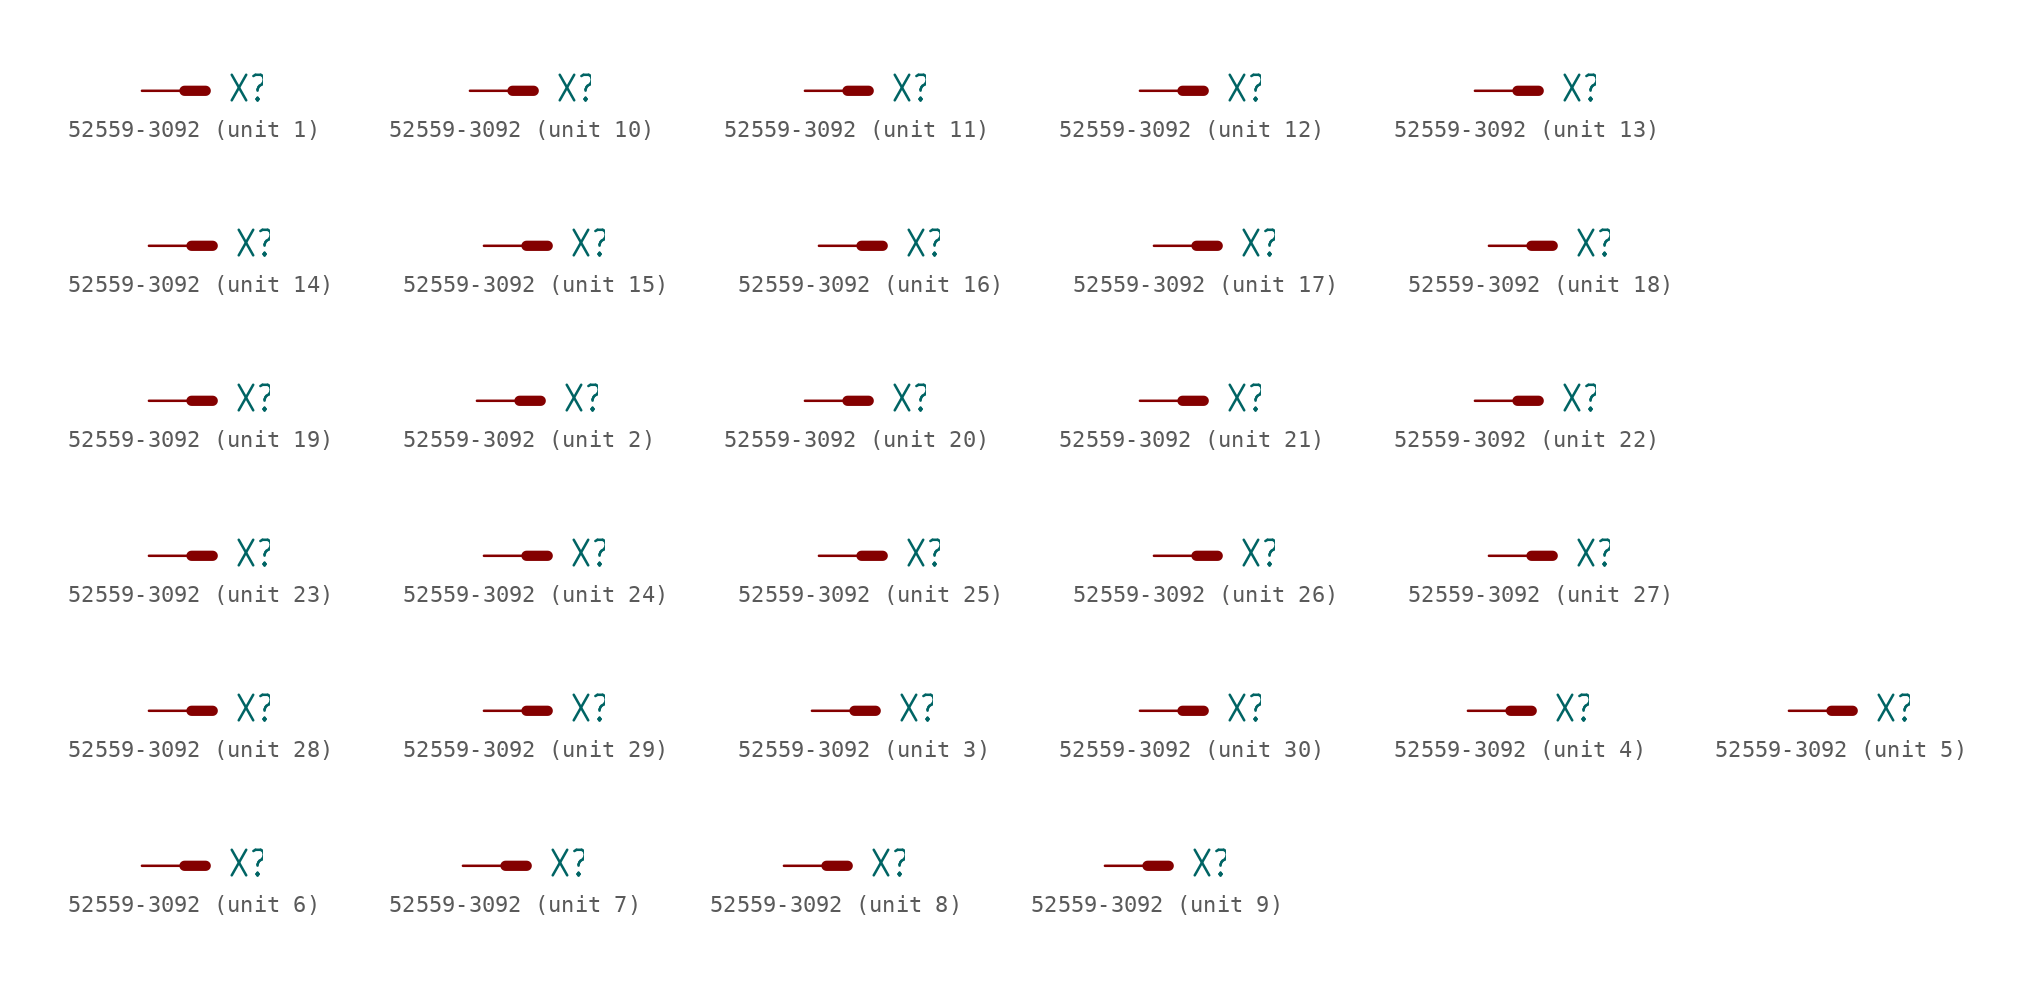
<source format=kicad_sym>
(kicad_symbol_lib
  (version 20211014)
  (generator kicad_symbol_editor)
  (symbol "52559-3092"
    (property "Reference" "X"
      (at 2.54 -0.762 0)
      (effects (font (size 1.524 1.295)) (justify left bottom)))
    (property "ki_locked" ""
      (at 0 0 0)
      (effects (font (size 1.27 1.27))))
    (symbol "52559-3092_1_0"
      (polyline (pts (xy 1.27 0) (xy 0 0)) (stroke (width 0.61) (type default) (color 0 0 0 0)) (fill (type none)))
      (pin passive line (at -2.54 0 0) (length 2.54) (name "S" (effects (font (size 0 0)))) (number "1" (effects (font (size 0 0))))))
    (symbol "52559-3092_2_0"
      (polyline (pts (xy 1.27 0) (xy 0 0)) (stroke (width 0.61) (type default) (color 0 0 0 0)) (fill (type none)))
      (pin passive line (at -2.54 0 0) (length 2.54) (name "S" (effects (font (size 0 0)))) (number "2" (effects (font (size 0 0))))))
    (symbol "52559-3092_3_0"
      (polyline (pts (xy 1.27 0) (xy 0 0)) (stroke (width 0.61) (type default) (color 0 0 0 0)) (fill (type none)))
      (pin passive line (at -2.54 0 0) (length 2.54) (name "S" (effects (font (size 0 0)))) (number "3" (effects (font (size 0 0))))))
    (symbol "52559-3092_4_0"
      (polyline (pts (xy 1.27 0) (xy 0 0)) (stroke (width 0.61) (type default) (color 0 0 0 0)) (fill (type none)))
      (pin passive line (at -2.54 0 0) (length 2.54) (name "S" (effects (font (size 0 0)))) (number "4" (effects (font (size 0 0))))))
    (symbol "52559-3092_5_0"
      (polyline (pts (xy 1.27 0) (xy 0 0)) (stroke (width 0.61) (type default) (color 0 0 0 0)) (fill (type none)))
      (pin passive line (at -2.54 0 0) (length 2.54) (name "S" (effects (font (size 0 0)))) (number "5" (effects (font (size 0 0))))))
    (symbol "52559-3092_6_0"
      (polyline (pts (xy 1.27 0) (xy 0 0)) (stroke (width 0.61) (type default) (color 0 0 0 0)) (fill (type none)))
      (pin passive line (at -2.54 0 0) (length 2.54) (name "S" (effects (font (size 0 0)))) (number "6" (effects (font (size 0 0))))))
    (symbol "52559-3092_7_0"
      (polyline (pts (xy 1.27 0) (xy 0 0)) (stroke (width 0.61) (type default) (color 0 0 0 0)) (fill (type none)))
      (pin passive line (at -2.54 0 0) (length 2.54) (name "S" (effects (font (size 0 0)))) (number "7" (effects (font (size 0 0))))))
    (symbol "52559-3092_8_0"
      (polyline (pts (xy 1.27 0) (xy 0 0)) (stroke (width 0.61) (type default) (color 0 0 0 0)) (fill (type none)))
      (pin passive line (at -2.54 0 0) (length 2.54) (name "S" (effects (font (size 0 0)))) (number "8" (effects (font (size 0 0))))))
    (symbol "52559-3092_9_0"
      (polyline (pts (xy 1.27 0) (xy 0 0)) (stroke (width 0.61) (type default) (color 0 0 0 0)) (fill (type none)))
      (pin passive line (at -2.54 0 0) (length 2.54) (name "S" (effects (font (size 0 0)))) (number "9" (effects (font (size 0 0))))))
    (symbol "52559-3092_10_0"
      (polyline (pts (xy 1.27 0) (xy 0 0)) (stroke (width 0.61) (type default) (color 0 0 0 0)) (fill (type none)))
      (pin passive line (at -2.54 0 0) (length 2.54) (name "S" (effects (font (size 0 0)))) (number "10" (effects (font (size 0 0))))))
    (symbol "52559-3092_11_0"
      (polyline (pts (xy 1.27 0) (xy 0 0)) (stroke (width 0.61) (type default) (color 0 0 0 0)) (fill (type none)))
      (pin passive line (at -2.54 0 0) (length 2.54) (name "S" (effects (font (size 0 0)))) (number "11" (effects (font (size 0 0))))))
    (symbol "52559-3092_12_0"
      (polyline (pts (xy 1.27 0) (xy 0 0)) (stroke (width 0.61) (type default) (color 0 0 0 0)) (fill (type none)))
      (pin passive line (at -2.54 0 0) (length 2.54) (name "S" (effects (font (size 0 0)))) (number "12" (effects (font (size 0 0))))))
    (symbol "52559-3092_13_0"
      (polyline (pts (xy 1.27 0) (xy 0 0)) (stroke (width 0.61) (type default) (color 0 0 0 0)) (fill (type none)))
      (pin passive line (at -2.54 0 0) (length 2.54) (name "S" (effects (font (size 0 0)))) (number "13" (effects (font (size 0 0))))))
    (symbol "52559-3092_14_0"
      (polyline (pts (xy 1.27 0) (xy 0 0)) (stroke (width 0.61) (type default) (color 0 0 0 0)) (fill (type none)))
      (pin passive line (at -2.54 0 0) (length 2.54) (name "S" (effects (font (size 0 0)))) (number "14" (effects (font (size 0 0))))))
    (symbol "52559-3092_15_0"
      (polyline (pts (xy 1.27 0) (xy 0 0)) (stroke (width 0.61) (type default) (color 0 0 0 0)) (fill (type none)))
      (pin passive line (at -2.54 0 0) (length 2.54) (name "S" (effects (font (size 0 0)))) (number "15" (effects (font (size 0 0))))))
    (symbol "52559-3092_16_0"
      (polyline (pts (xy 1.27 0) (xy 0 0)) (stroke (width 0.61) (type default) (color 0 0 0 0)) (fill (type none)))
      (pin passive line (at -2.54 0 0) (length 2.54) (name "S" (effects (font (size 0 0)))) (number "16" (effects (font (size 0 0))))))
    (symbol "52559-3092_17_0"
      (polyline (pts (xy 1.27 0) (xy 0 0)) (stroke (width 0.61) (type default) (color 0 0 0 0)) (fill (type none)))
      (pin passive line (at -2.54 0 0) (length 2.54) (name "S" (effects (font (size 0 0)))) (number "17" (effects (font (size 0 0))))))
    (symbol "52559-3092_18_0"
      (polyline (pts (xy 1.27 0) (xy 0 0)) (stroke (width 0.61) (type default) (color 0 0 0 0)) (fill (type none)))
      (pin passive line (at -2.54 0 0) (length 2.54) (name "S" (effects (font (size 0 0)))) (number "18" (effects (font (size 0 0))))))
    (symbol "52559-3092_19_0"
      (polyline (pts (xy 1.27 0) (xy 0 0)) (stroke (width 0.61) (type default) (color 0 0 0 0)) (fill (type none)))
      (pin passive line (at -2.54 0 0) (length 2.54) (name "S" (effects (font (size 0 0)))) (number "19" (effects (font (size 0 0))))))
    (symbol "52559-3092_20_0"
      (polyline (pts (xy 1.27 0) (xy 0 0)) (stroke (width 0.61) (type default) (color 0 0 0 0)) (fill (type none)))
      (pin passive line (at -2.54 0 0) (length 2.54) (name "S" (effects (font (size 0 0)))) (number "20" (effects (font (size 0 0))))))
    (symbol "52559-3092_21_0"
      (polyline (pts (xy 1.27 0) (xy 0 0)) (stroke (width 0.61) (type default) (color 0 0 0 0)) (fill (type none)))
      (pin passive line (at -2.54 0 0) (length 2.54) (name "S" (effects (font (size 0 0)))) (number "21" (effects (font (size 0 0))))))
    (symbol "52559-3092_22_0"
      (polyline (pts (xy 1.27 0) (xy 0 0)) (stroke (width 0.61) (type default) (color 0 0 0 0)) (fill (type none)))
      (pin passive line (at -2.54 0 0) (length 2.54) (name "S" (effects (font (size 0 0)))) (number "22" (effects (font (size 0 0))))))
    (symbol "52559-3092_23_0"
      (polyline (pts (xy 1.27 0) (xy 0 0)) (stroke (width 0.61) (type default) (color 0 0 0 0)) (fill (type none)))
      (pin passive line (at -2.54 0 0) (length 2.54) (name "S" (effects (font (size 0 0)))) (number "23" (effects (font (size 0 0))))))
    (symbol "52559-3092_24_0"
      (polyline (pts (xy 1.27 0) (xy 0 0)) (stroke (width 0.61) (type default) (color 0 0 0 0)) (fill (type none)))
      (pin passive line (at -2.54 0 0) (length 2.54) (name "S" (effects (font (size 0 0)))) (number "24" (effects (font (size 0 0))))))
    (symbol "52559-3092_25_0"
      (polyline (pts (xy 1.27 0) (xy 0 0)) (stroke (width 0.61) (type default) (color 0 0 0 0)) (fill (type none)))
      (pin passive line (at -2.54 0 0) (length 2.54) (name "S" (effects (font (size 0 0)))) (number "25" (effects (font (size 0 0))))))
    (symbol "52559-3092_26_0"
      (polyline (pts (xy 1.27 0) (xy 0 0)) (stroke (width 0.61) (type default) (color 0 0 0 0)) (fill (type none)))
      (pin passive line (at -2.54 0 0) (length 2.54) (name "S" (effects (font (size 0 0)))) (number "26" (effects (font (size 0 0))))))
    (symbol "52559-3092_27_0"
      (polyline (pts (xy 1.27 0) (xy 0 0)) (stroke (width 0.61) (type default) (color 0 0 0 0)) (fill (type none)))
      (pin passive line (at -2.54 0 0) (length 2.54) (name "S" (effects (font (size 0 0)))) (number "27" (effects (font (size 0 0))))))
    (symbol "52559-3092_28_0"
      (polyline (pts (xy 1.27 0) (xy 0 0)) (stroke (width 0.61) (type default) (color 0 0 0 0)) (fill (type none)))
      (pin passive line (at -2.54 0 0) (length 2.54) (name "S" (effects (font (size 0 0)))) (number "28" (effects (font (size 0 0))))))
    (symbol "52559-3092_29_0"
      (polyline (pts (xy 1.27 0) (xy 0 0)) (stroke (width 0.61) (type default) (color 0 0 0 0)) (fill (type none)))
      (pin passive line (at -2.54 0 0) (length 2.54) (name "S" (effects (font (size 0 0)))) (number "29" (effects (font (size 0 0))))))
    (symbol "52559-3092_30_0"
      (polyline (pts (xy 1.27 0) (xy 0 0)) (stroke (width 0.61) (type default) (color 0 0 0 0)) (fill (type none)))
      (pin passive line (at -2.54 0 0) (length 2.54) (name "S" (effects (font (size 0 0)))) (number "30" (effects (font (size 0 0))))))))
</source>
